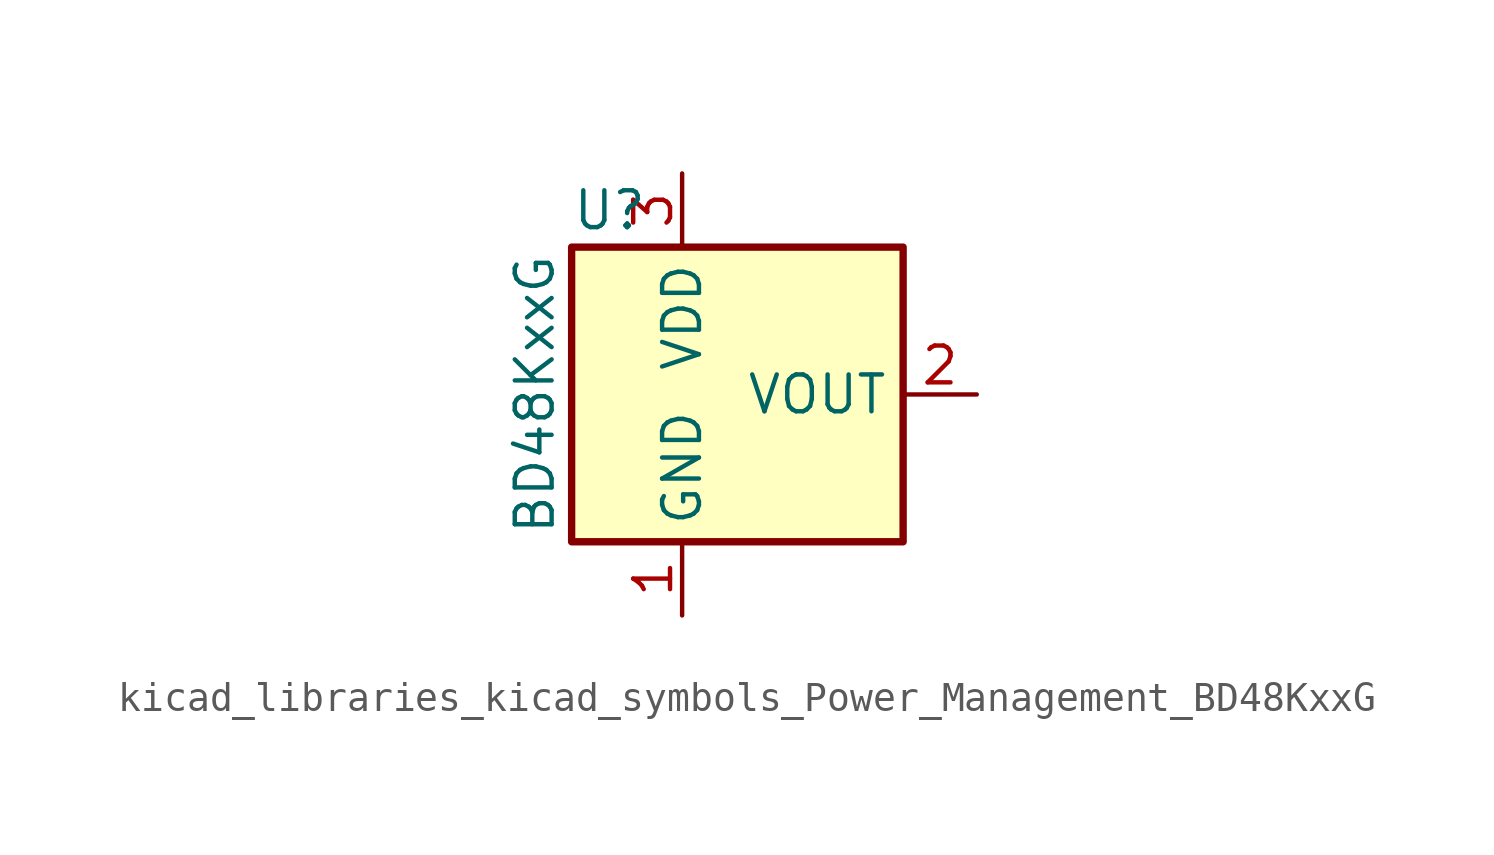
<source format=kicad_sym>
(kicad_symbol_lib
  (version 20220914)
  (generator kicad_symbol_editor)
  (symbol "kicad_libraries_kicad_symbols_Power_Management_BD48KxxG"
    (property "Reference" "U"
      (at -3.81 6.35 0)
      (effects (font (size 1.27 1.27)) (justify left)))
    (property "Value" "BD48KxxG"
      (at -5.08 0 90)
      (effects (font (size 1.27 1.27))))
    (symbol "kicad_libraries_kicad_symbols_Power_Management_BD48KxxG_1_1"
      (rectangle (start -3.81 5.08) (end 7.62 -5.08) (stroke (width 0.254) (type default)) (fill (type background)))
      (pin power_in line (at 0 -7.62 90) (length 2.54) (name "GND" (effects (font (size 1.27 1.27)))) (number "1" (effects (font (size 1.27 1.27)))))
      (pin output line (at 10.16 0 180) (length 2.54) (name "VOUT" (effects (font (size 1.27 1.27)))) (number "2" (effects (font (size 1.27 1.27)))))
      (pin power_in line (at 0 7.62 270) (length 2.54) (name "VDD" (effects (font (size 1.27 1.27)))) (number "3" (effects (font (size 1.27 1.27))))))))
</source>
